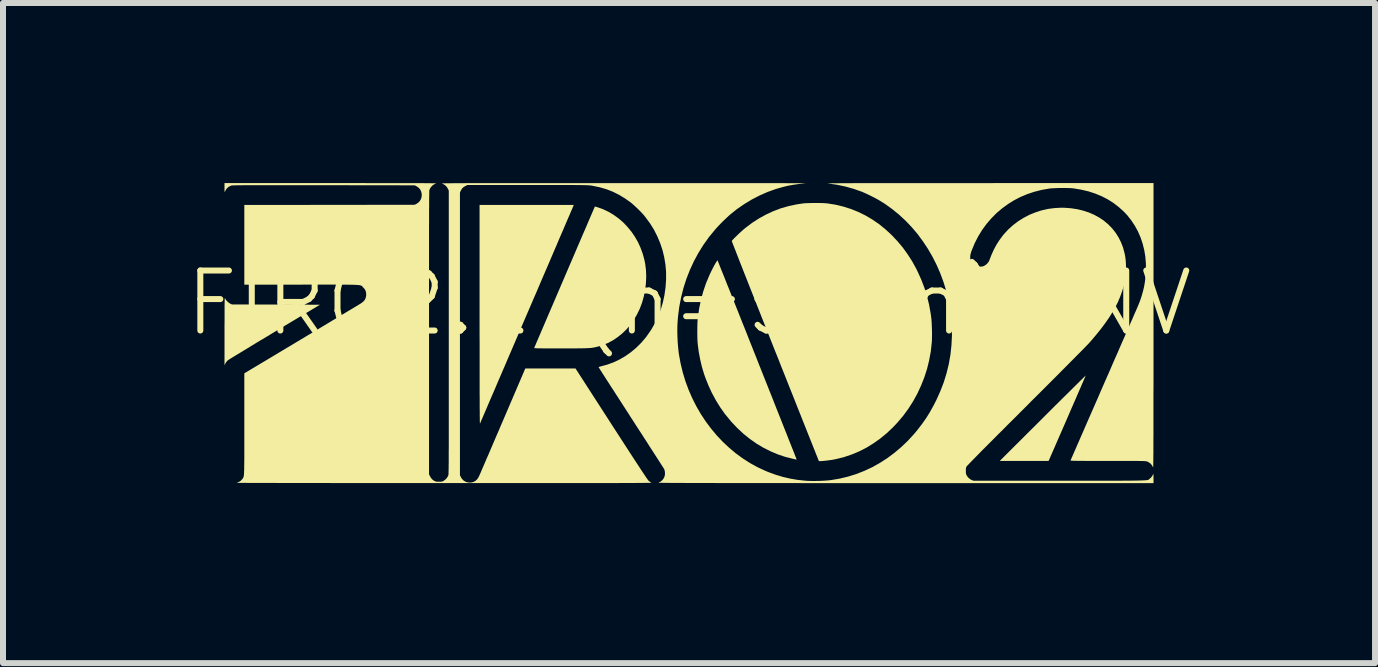
<source format=kicad_pcb>
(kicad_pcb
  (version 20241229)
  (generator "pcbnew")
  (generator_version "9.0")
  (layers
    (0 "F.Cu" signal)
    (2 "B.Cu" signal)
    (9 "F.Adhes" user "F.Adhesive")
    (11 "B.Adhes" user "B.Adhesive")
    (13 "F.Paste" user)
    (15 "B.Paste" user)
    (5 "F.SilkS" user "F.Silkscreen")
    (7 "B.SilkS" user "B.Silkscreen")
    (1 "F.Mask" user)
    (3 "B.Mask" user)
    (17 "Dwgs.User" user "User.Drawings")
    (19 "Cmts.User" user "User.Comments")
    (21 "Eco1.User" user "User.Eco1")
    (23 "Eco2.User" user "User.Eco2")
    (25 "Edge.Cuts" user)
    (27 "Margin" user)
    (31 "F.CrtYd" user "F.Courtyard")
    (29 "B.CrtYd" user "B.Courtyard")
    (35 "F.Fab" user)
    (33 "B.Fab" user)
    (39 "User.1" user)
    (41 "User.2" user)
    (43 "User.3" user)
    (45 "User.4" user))
  (footprint "FIRO2.1 (h=5mm) INV"
    (layer "F.Cu")
    (at 8.431 2.5)
    (property "Reference" "FIRO2.1 (h=5mm) INV" (at 0 -0.5 0) (unlocked yes) (layer "F.SilkS") (effects (font (size 1 1) (thickness 0.1))))
    (fp_poly (pts (xy 6.608 0.713) (xy 6.602 0.726) (xy 6.593 0.748) (xy 6.581 0.777) (xy 6.565 0.813) (xy 6.546 0.856) (xy 6.525 0.906) (xy 6.501 0.961) (xy 6.475 1.021) (xy 6.447 1.086) (xy 6.417 1.155) (xy 6.385 1.228) (xy 6.352 1.304) (xy 6.318 1.383) (xy 6.302 1.42) (xy 5.992 2.13) (xy 5.585 2.13) (xy 5.178 2.13) (xy 5.893 1.418) (xy 5.963 1.348) (xy 6.032 1.279) (xy 6.098 1.213) (xy 6.162 1.15) (xy 6.223 1.089) (xy 6.281 1.032) (xy 6.336 0.978) (xy 6.386 0.928) (xy 6.432 0.882) (xy 6.474 0.841) (xy 6.51 0.805) (xy 6.542 0.774) (xy 6.568 0.748) (xy 6.588 0.729) (xy 6.601 0.715) (xy 6.608 0.709) (xy 6.609 0.708)) (stroke (width 0) (type solid)) (fill yes) (layer "F.SilkS"))
    (fp_poly (pts (xy -7.732 -0.583) (xy -7.732 -0.581) (xy -7.72 -0.559) (xy -7.702 -0.536) (xy -7.68 -0.515) (xy -7.656 -0.497) (xy -7.646 -0.491) (xy -7.617 -0.477) (xy -6.884 -0.475) (xy -6.15 -0.472) (xy -6.909 -0.018) (xy -6.989 0.031) (xy -7.067 0.078) (xy -7.143 0.123) (xy -7.216 0.167) (xy -7.285 0.209) (xy -7.35 0.249) (xy -7.411 0.286) (xy -7.467 0.32) (xy -7.518 0.351) (xy -7.563 0.378) (xy -7.602 0.402) (xy -7.635 0.422) (xy -7.66 0.438) (xy -7.678 0.45) (xy -7.688 0.456) (xy -7.69 0.458) (xy -7.705 0.475) (xy -7.72 0.496) (xy -7.726 0.507) (xy -7.74 0.537) (xy -7.74 -0.033) (xy -7.74 -0.12) (xy -7.739 -0.199) (xy -7.739 -0.268) (xy -7.739 -0.329) (xy -7.739 -0.382) (xy -7.739 -0.428) (xy -7.739 -0.466) (xy -7.738 -0.498) (xy -7.738 -0.524) (xy -7.737 -0.545) (xy -7.737 -0.561) (xy -7.736 -0.572) (xy -7.735 -0.579) (xy -7.734 -0.583) (xy -7.734 -0.584)) (stroke (width 0) (type solid)) (fill yes) (layer "F.SilkS"))
    (fp_poly (pts (xy -1.925 -2.124) (xy -1.927 -2.119) (xy -1.933 -2.105) (xy -1.942 -2.082) (xy -1.955 -2.052) (xy -1.972 -2.014) (xy -1.991 -1.968) (xy -2.014 -1.916) (xy -2.039 -1.857) (xy -2.067 -1.792) (xy -2.097 -1.721) (xy -2.13 -1.645) (xy -2.165 -1.564) (xy -2.201 -1.478) (xy -2.24 -1.388) (xy -2.28 -1.294) (xy -2.322 -1.196) (xy -2.365 -1.096) (xy -2.41 -0.992) (xy -2.455 -0.887) (xy -2.501 -0.779) (xy -2.548 -0.669) (xy -2.596 -0.559) (xy -2.644 -0.447) (xy -2.692 -0.335) (xy -2.74 -0.224) (xy -2.788 -0.112) (xy -2.835 -0.001) (xy -2.882 0.109) (xy -2.929 0.218) (xy -2.975 0.325) (xy -3.02 0.429) (xy -3.063 0.531) (xy -3.106 0.63) (xy -3.147 0.726) (xy -3.187 0.818) (xy -3.224 0.906) (xy -3.26 0.99) (xy -3.294 1.068) (xy -3.326 1.142) (xy -3.355 1.21) (xy -3.381 1.272) (xy -3.405 1.327) (xy -3.426 1.376) (xy -3.444 1.418) (xy -3.459 1.452) (xy -3.47 1.479) (xy -3.478 1.497) (xy -3.482 1.506) (xy -3.483 1.508) (xy -3.483 1.508) (xy -3.484 1.505) (xy -3.484 1.499) (xy -3.485 1.489) (xy -3.485 1.476) (xy -3.486 1.459) (xy -3.486 1.437) (xy -3.486 1.411) (xy -3.487 1.38) (xy -3.487 1.344) (xy -3.487 1.303) (xy -3.488 1.256) (xy -3.488 1.203) (xy -3.488 1.144) (xy -3.488 1.079) (xy -3.489 1.007) (xy -3.489 0.928) (xy -3.489 0.841) (xy -3.489 0.747) (xy -3.489 0.645) (xy -3.489 0.536) (xy -3.489 0.417) (xy -3.489 0.29) (xy -3.489 0.155) (xy -3.49 0.01) (xy -3.49 -0.145) (xy -3.49 -0.306) (xy -3.49 -2.135) (xy -2.705 -2.135) (xy -1.92 -2.135)) (stroke (width 0) (type solid)) (fill yes) (layer "F.SilkS"))
    (fp_poly (pts (xy 0.477 -1.207) (xy 0.483 -1.193) (xy 0.492 -1.171) (xy 0.504 -1.14) (xy 0.519 -1.102) (xy 0.537 -1.057) (xy 0.558 -1.005) (xy 0.582 -0.946) (xy 0.607 -0.882) (xy 0.635 -0.811) (xy 0.666 -0.736) (xy 0.698 -0.655) (xy 0.732 -0.57) (xy 0.767 -0.481) (xy 0.804 -0.389) (xy 0.842 -0.293) (xy 0.881 -0.194) (xy 0.922 -0.093) (xy 0.963 0.01) (xy 1.004 0.115) (xy 1.047 0.222) (xy 1.089 0.329) (xy 1.132 0.436) (xy 1.174 0.544) (xy 1.217 0.651) (xy 1.259 0.757) (xy 1.301 0.862) (xy 1.342 0.966) (xy 1.383 1.068) (xy 1.422 1.167) (xy 1.46 1.264) (xy 1.497 1.357) (xy 1.533 1.447) (xy 1.567 1.533) (xy 1.599 1.614) (xy 1.63 1.691) (xy 1.658 1.763) (xy 1.684 1.829) (xy 1.708 1.889) (xy 1.729 1.942) (xy 1.748 1.989) (xy 1.763 2.029) (xy 1.776 2.061) (xy 1.785 2.085) (xy 1.791 2.1) (xy 1.794 2.107) (xy 1.794 2.108) (xy 1.789 2.107) (xy 1.776 2.105) (xy 1.757 2.101) (xy 1.74 2.097) (xy 1.61 2.065) (xy 1.484 2.023) (xy 1.361 1.971) (xy 1.241 1.911) (xy 1.125 1.842) (xy 1.014 1.764) (xy 0.906 1.677) (xy 0.804 1.582) (xy 0.706 1.479) (xy 0.614 1.367) (xy 0.593 1.341) (xy 0.518 1.234) (xy 0.447 1.119) (xy 0.382 0.999) (xy 0.324 0.873) (xy 0.273 0.745) (xy 0.25 0.68) (xy 0.215 0.563) (xy 0.186 0.44) (xy 0.162 0.312) (xy 0.147 0.199) (xy 0.143 0.159) (xy 0.14 0.111) (xy 0.139 0.058) (xy 0.138 0.001) (xy 0.138 -0.056) (xy 0.139 -0.113) (xy 0.14 -0.166) (xy 0.143 -0.214) (xy 0.147 -0.254) (xy 0.147 -0.254) (xy 0.168 -0.404) (xy 0.198 -0.549) (xy 0.236 -0.69) (xy 0.283 -0.829) (xy 0.34 -0.965) (xy 0.363 -1.014) (xy 0.379 -1.047) (xy 0.396 -1.08) (xy 0.412 -1.111) (xy 0.428 -1.14) (xy 0.443 -1.166) (xy 0.456 -1.187) (xy 0.466 -1.202) (xy 0.473 -1.211) (xy 0.475 -1.212)) (stroke (width 0) (type solid)) (fill yes) (layer "F.SilkS"))
    (fp_poly (pts (xy -1.563 -2.108) (xy -1.551 -2.104) (xy -1.533 -2.099) (xy -1.525 -2.097) (xy -1.43 -2.063) (xy -1.34 -2.02) (xy -1.253 -1.968) (xy -1.172 -1.909) (xy -1.095 -1.843) (xy -1.025 -1.769) (xy -0.96 -1.69) (xy -0.902 -1.605) (xy -0.85 -1.515) (xy -0.807 -1.42) (xy -0.771 -1.321) (xy -0.743 -1.218) (xy -0.73 -1.154) (xy -0.717 -1.049) (xy -0.713 -0.94) (xy -0.718 -0.83) (xy -0.731 -0.72) (xy -0.753 -0.611) (xy -0.783 -0.505) (xy -0.821 -0.405) (xy -0.867 -0.31) (xy -0.919 -0.221) (xy -0.977 -0.138) (xy -1.042 -0.062) (xy -1.112 0.006) (xy -1.188 0.067) (xy -1.268 0.121) (xy -1.353 0.166) (xy -1.442 0.202) (xy -1.518 0.225) (xy -1.537 0.23) (xy -1.555 0.234) (xy -1.572 0.238) (xy -1.59 0.241) (xy -1.608 0.244) (xy -1.628 0.247) (xy -1.65 0.249) (xy -1.675 0.25) (xy -1.704 0.252) (xy -1.737 0.253) (xy -1.775 0.254) (xy -1.819 0.254) (xy -1.87 0.255) (xy -1.928 0.255) (xy -1.994 0.255) (xy -2.068 0.255) (xy -2.136 0.255) (xy -2.213 0.255) (xy -2.28 0.255) (xy -2.339 0.255) (xy -2.39 0.255) (xy -2.433 0.255) (xy -2.469 0.254) (xy -2.498 0.254) (xy -2.522 0.254) (xy -2.541 0.253) (xy -2.555 0.252) (xy -2.565 0.252) (xy -2.572 0.251) (xy -2.576 0.25) (xy -2.578 0.248) (xy -2.579 0.247) (xy -2.579 0.246) (xy -2.577 0.241) (xy -2.571 0.227) (xy -2.561 0.205) (xy -2.549 0.175) (xy -2.533 0.138) (xy -2.514 0.094) (xy -2.492 0.043) (xy -2.468 -0.013) (xy -2.442 -0.074) (xy -2.413 -0.141) (xy -2.383 -0.212) (xy -2.351 -0.287) (xy -2.317 -0.366) (xy -2.282 -0.447) (xy -2.246 -0.531) (xy -2.209 -0.618) (xy -2.171 -0.706) (xy -2.133 -0.795) (xy -2.094 -0.885) (xy -2.056 -0.975) (xy -2.017 -1.065) (xy -1.979 -1.154) (xy -1.941 -1.242) (xy -1.904 -1.328) (xy -1.868 -1.413) (xy -1.833 -1.494) (xy -1.799 -1.573) (xy -1.767 -1.648) (xy -1.736 -1.719) (xy -1.707 -1.786) (xy -1.681 -1.848) (xy -1.657 -1.904) (xy -1.635 -1.955) (xy -1.616 -1.999) (xy -1.6 -2.036) (xy -1.587 -2.066) (xy -1.577 -2.089) (xy -1.571 -2.103) (xy -1.568 -2.108) (xy -1.568 -2.108)) (stroke (width 0) (type solid)) (fill yes) (layer "F.SilkS"))
    (fp_poly (pts (xy 2.141 -2.167) (xy 2.186 -2.167) (xy 2.228 -2.166) (xy 2.265 -2.164) (xy 2.294 -2.162) (xy 2.303 -2.161) (xy 2.437 -2.14) (xy 2.567 -2.109) (xy 2.694 -2.069) (xy 2.817 -2.02) (xy 2.936 -1.962) (xy 3.052 -1.894) (xy 3.163 -1.818) (xy 3.27 -1.732) (xy 3.372 -1.638) (xy 3.38 -1.63) (xy 3.475 -1.529) (xy 3.563 -1.424) (xy 3.643 -1.313) (xy 3.718 -1.196) (xy 3.787 -1.071) (xy 3.812 -1.019) (xy 3.872 -0.886) (xy 3.923 -0.752) (xy 3.965 -0.616) (xy 4 -0.475) (xy 4.026 -0.33) (xy 4.038 -0.245) (xy 4.041 -0.208) (xy 4.044 -0.164) (xy 4.046 -0.114) (xy 4.048 -0.062) (xy 4.049 -0.008) (xy 4.049 0.044) (xy 4.048 0.093) (xy 4.047 0.135) (xy 4.045 0.158) (xy 4.029 0.305) (xy 4.002 0.451) (xy 3.967 0.595) (xy 3.922 0.735) (xy 3.868 0.872) (xy 3.806 1.006) (xy 3.736 1.134) (xy 3.657 1.258) (xy 3.57 1.377) (xy 3.475 1.489) (xy 3.395 1.574) (xy 3.291 1.672) (xy 3.183 1.76) (xy 3.071 1.839) (xy 2.956 1.91) (xy 2.836 1.971) (xy 2.714 2.022) (xy 2.588 2.065) (xy 2.458 2.098) (xy 2.428 2.104) (xy 2.398 2.11) (xy 2.366 2.115) (xy 2.331 2.12) (xy 2.297 2.124) (xy 2.263 2.128) (xy 2.232 2.131) (xy 2.205 2.133) (xy 2.184 2.134) (xy 2.169 2.133) (xy 2.164 2.132) (xy 2.162 2.127) (xy 2.156 2.113) (xy 2.147 2.09) (xy 2.135 2.059) (xy 2.119 2.021) (xy 2.101 1.974) (xy 2.079 1.92) (xy 2.055 1.859) (xy 2.028 1.791) (xy 1.998 1.716) (xy 1.966 1.636) (xy 1.932 1.55) (xy 1.895 1.458) (xy 1.857 1.361) (xy 1.816 1.259) (xy 1.774 1.152) (xy 1.73 1.041) (xy 1.684 0.927) (xy 1.637 0.808) (xy 1.589 0.687) (xy 1.539 0.562) (xy 1.489 0.434) (xy 1.437 0.305) (xy 1.435 0.301) (xy 1.377 0.154) (xy 1.321 0.012) (xy 1.267 -0.125) (xy 1.214 -0.257) (xy 1.164 -0.384) (xy 1.116 -0.506) (xy 1.07 -0.622) (xy 1.026 -0.732) (xy 0.985 -0.837) (xy 0.946 -0.935) (xy 0.91 -1.026) (xy 0.877 -1.111) (xy 0.846 -1.189) (xy 0.819 -1.259) (xy 0.794 -1.322) (xy 0.773 -1.378) (xy 0.754 -1.425) (xy 0.739 -1.464) (xy 0.727 -1.495) (xy 0.719 -1.517) (xy 0.714 -1.531) (xy 0.713 -1.535) (xy 0.717 -1.542) (xy 0.729 -1.555) (xy 0.745 -1.572) (xy 0.766 -1.593) (xy 0.79 -1.617) (xy 0.816 -1.642) (xy 0.843 -1.667) (xy 0.87 -1.692) (xy 0.896 -1.715) (xy 0.919 -1.735) (xy 0.94 -1.752) (xy 0.94 -1.753) (xy 1.052 -1.837) (xy 1.167 -1.911) (xy 1.285 -1.976) (xy 1.406 -2.032) (xy 1.531 -2.079) (xy 1.66 -2.116) (xy 1.792 -2.144) (xy 1.903 -2.161) (xy 1.928 -2.163) (xy 1.963 -2.165) (xy 2.003 -2.166) (xy 2.047 -2.167) (xy 2.094 -2.167)) (stroke (width 0) (type solid)) (fill yes) (layer "F.SilkS"))
    (fp_poly (pts (xy 7.74 -0.121) (xy 7.74 0.066) (xy 7.74 0.243) (xy 7.74 0.411) (xy 7.74 0.57) (xy 7.74 0.719) (xy 7.74 0.86) (xy 7.739 0.992) (xy 7.739 1.116) (xy 7.739 1.232) (xy 7.739 1.34) (xy 7.739 1.44) (xy 7.739 1.534) (xy 7.739 1.62) (xy 7.739 1.699) (xy 7.738 1.772) (xy 7.738 1.838) (xy 7.738 1.898) (xy 7.738 1.953) (xy 7.738 2.002) (xy 7.737 2.045) (xy 7.737 2.083) (xy 7.737 2.117) (xy 7.736 2.146) (xy 7.736 2.17) (xy 7.736 2.19) (xy 7.735 2.207) (xy 7.735 2.22) (xy 7.734 2.229) (xy 7.734 2.235) (xy 7.734 2.238) (xy 7.733 2.239) (xy 7.733 2.239) (xy 7.715 2.204) (xy 7.69 2.174) (xy 7.657 2.151) (xy 7.631 2.139) (xy 7.627 2.138) (xy 7.622 2.137) (xy 7.615 2.136) (xy 7.606 2.135) (xy 7.595 2.134) (xy 7.58 2.133) (xy 7.562 2.133) (xy 7.539 2.132) (xy 7.512 2.132) (xy 7.479 2.131) (xy 7.44 2.131) (xy 7.395 2.131) (xy 7.343 2.131) (xy 7.284 2.13) (xy 7.216 2.13) (xy 7.14 2.13) (xy 7.055 2.13) (xy 6.981 2.13) (xy 6.885 2.13) (xy 6.8 2.13) (xy 6.723 2.13) (xy 6.655 2.13) (xy 6.596 2.13) (xy 6.544 2.129) (xy 6.499 2.129) (xy 6.462 2.129) (xy 6.431 2.128) (xy 6.406 2.128) (xy 6.386 2.127) (xy 6.372 2.126) (xy 6.363 2.126) (xy 6.358 2.125) (xy 6.357 2.124) (xy 6.36 2.117) (xy 6.366 2.101) (xy 6.377 2.077) (xy 6.391 2.045) (xy 6.408 2.006) (xy 6.428 1.96) (xy 6.451 1.908) (xy 6.476 1.849) (xy 6.504 1.786) (xy 6.534 1.717) (xy 6.566 1.644) (xy 6.6 1.566) (xy 6.635 1.485) (xy 6.672 1.401) (xy 6.71 1.314) (xy 6.749 1.225) (xy 6.789 1.134) (xy 6.829 1.042) (xy 6.869 0.949) (xy 6.91 0.855) (xy 6.951 0.762) (xy 6.992 0.669) (xy 7.032 0.577) (xy 7.071 0.486) (xy 7.11 0.398) (xy 7.148 0.312) (xy 7.184 0.228) (xy 7.219 0.148) (xy 7.253 0.072) (xy 7.284 -0.000241) (xy 7.314 -0.068) (xy 7.341 -0.13) (xy 7.366 -0.187) (xy 7.388 -0.237) (xy 7.407 -0.281) (xy 7.423 -0.319) (xy 7.436 -0.348) (xy 7.446 -0.37) (xy 7.452 -0.383) (xy 7.453 -0.387) (xy 7.478 -0.445) (xy 7.5 -0.498) (xy 7.519 -0.548) (xy 7.536 -0.598) (xy 7.552 -0.652) (xy 7.567 -0.705) (xy 7.583 -0.774) (xy 7.596 -0.85) (xy 7.606 -0.931) (xy 7.612 -1.015) (xy 7.613 -1.038) (xy 7.613 -1.155) (xy 7.604 -1.269) (xy 7.586 -1.381) (xy 7.559 -1.49) (xy 7.524 -1.594) (xy 7.48 -1.695) (xy 7.428 -1.79) (xy 7.368 -1.88) (xy 7.301 -1.965) (xy 7.247 -2.022) (xy 7.163 -2.098) (xy 7.074 -2.167) (xy 6.979 -2.227) (xy 6.877 -2.28) (xy 6.77 -2.324) (xy 6.657 -2.361) (xy 6.538 -2.389) (xy 6.412 -2.41) (xy 6.405 -2.411) (xy 6.376 -2.414) (xy 6.339 -2.416) (xy 6.296 -2.417) (xy 6.25 -2.418) (xy 6.201 -2.417) (xy 6.153 -2.417) (xy 6.107 -2.415) (xy 6.065 -2.413) (xy 6.029 -2.411) (xy 6.005 -2.408) (xy 5.877 -2.386) (xy 5.755 -2.355) (xy 5.638 -2.316) (xy 5.526 -2.269) (xy 5.417 -2.213) (xy 5.322 -2.154) (xy 5.22 -2.08) (xy 5.125 -2) (xy 5.038 -1.912) (xy 4.957 -1.818) (xy 4.884 -1.718) (xy 4.819 -1.612) (xy 4.762 -1.501) (xy 4.714 -1.386) (xy 4.703 -1.356) (xy 4.69 -1.311) (xy 4.685 -1.271) (xy 4.687 -1.235) (xy 4.698 -1.203) (xy 4.716 -1.171) (xy 4.719 -1.168) (xy 4.744 -1.142) (xy 4.77 -1.125) (xy 4.786 -1.117) (xy 4.8 -1.111) (xy 4.813 -1.109) (xy 4.83 -1.108) (xy 4.848 -1.107) (xy 4.871 -1.108) (xy 4.888 -1.11) (xy 4.902 -1.113) (xy 4.917 -1.12) (xy 4.921 -1.122) (xy 4.948 -1.139) (xy 4.972 -1.162) (xy 4.992 -1.187) (xy 5.003 -1.209) (xy 5.04 -1.304) (xy 5.079 -1.39) (xy 5.121 -1.469) (xy 5.168 -1.543) (xy 5.219 -1.613) (xy 5.247 -1.648) (xy 5.32 -1.727) (xy 5.4 -1.799) (xy 5.486 -1.864) (xy 5.577 -1.921) (xy 5.673 -1.971) (xy 5.774 -2.012) (xy 5.877 -2.045) (xy 5.984 -2.069) (xy 6.092 -2.083) (xy 6.202 -2.089) (xy 6.255 -2.088) (xy 6.364 -2.08) (xy 6.469 -2.064) (xy 6.569 -2.04) (xy 6.664 -2.009) (xy 6.753 -1.97) (xy 6.837 -1.924) (xy 6.914 -1.872) (xy 6.985 -1.812) (xy 7.049 -1.747) (xy 7.106 -1.675) (xy 7.156 -1.597) (xy 7.198 -1.514) (xy 7.232 -1.426) (xy 7.257 -1.332) (xy 7.26 -1.32) (xy 7.269 -1.272) (xy 7.275 -1.226) (xy 7.279 -1.18) (xy 7.281 -1.13) (xy 7.282 -1.085) (xy 7.279 -1) (xy 7.271 -0.919) (xy 7.257 -0.839) (xy 7.237 -0.758) (xy 7.215 -0.69) (xy 7.184 -0.605) (xy 7.148 -0.52) (xy 7.105 -0.434) (xy 7.056 -0.348) (xy 7.001 -0.259) (xy 6.938 -0.169) (xy 6.869 -0.076) (xy 6.791 0.021) (xy 6.706 0.122) (xy 6.659 0.174) (xy 6.65 0.184) (xy 6.633 0.201) (xy 6.61 0.225) (xy 6.582 0.254) (xy 6.547 0.29) (xy 6.507 0.33) (xy 6.461 0.376) (xy 6.411 0.427) (xy 6.356 0.482) (xy 6.297 0.542) (xy 6.234 0.605) (xy 6.167 0.673) (xy 6.097 0.743) (xy 6.024 0.816) (xy 5.948 0.892) (xy 5.87 0.97) (xy 5.789 1.051) (xy 5.707 1.132) (xy 5.624 1.216) (xy 5.612 1.228) (xy 5.505 1.335) (xy 5.404 1.436) (xy 5.31 1.529) (xy 5.223 1.617) (xy 5.142 1.697) (xy 5.068 1.772) (xy 5 1.84) (xy 4.938 1.902) (xy 4.882 1.958) (xy 4.832 2.009) (xy 4.788 2.054) (xy 4.75 2.093) (xy 4.716 2.127) (xy 4.689 2.155) (xy 4.666 2.179) (xy 4.648 2.198) (xy 4.635 2.211) (xy 4.627 2.22) (xy 4.624 2.225) (xy 4.618 2.238) (xy 4.615 2.251) (xy 4.613 2.268) (xy 4.613 2.292) (xy 4.613 2.295) (xy 4.613 2.319) (xy 4.614 2.337) (xy 4.618 2.351) (xy 4.623 2.365) (xy 4.625 2.368) (xy 4.643 2.396) (xy 4.667 2.421) (xy 4.695 2.441) (xy 4.713 2.45) (xy 4.74 2.46) (xy 6.172 2.46) (xy 6.315 2.46) (xy 6.449 2.46) (xy 6.573 2.46) (xy 6.689 2.46) (xy 6.796 2.46) (xy 6.894 2.46) (xy 6.985 2.46) (xy 7.068 2.46) (xy 7.144 2.46) (xy 7.213 2.46) (xy 7.275 2.459) (xy 7.331 2.459) (xy 7.382 2.459) (xy 7.426 2.458) (xy 7.466 2.458) (xy 7.501 2.457) (xy 7.531 2.456) (xy 7.557 2.455) (xy 7.579 2.454) (xy 7.598 2.453) (xy 7.613 2.452) (xy 7.626 2.451) (xy 7.636 2.449) (xy 7.645 2.448) (xy 7.651 2.446) (xy 7.656 2.444) (xy 7.66 2.442) (xy 7.663 2.44) (xy 7.666 2.437) (xy 7.669 2.434) (xy 7.672 2.431) (xy 7.676 2.428) (xy 7.695 2.411) (xy 7.713 2.389) (xy 7.727 2.366) (xy 7.735 2.348) (xy 7.736 2.345) (xy 7.738 2.351) (xy 7.739 2.365) (xy 7.739 2.389) (xy 7.74 2.416) (xy 7.74 2.5) (xy 3.606 2.5) (xy 3.356 2.5) (xy 3.116 2.5) (xy 2.885 2.5) (xy 2.664 2.5) (xy 2.452 2.5) (xy 2.249 2.5) (xy 2.055 2.5) (xy 1.87 2.5) (xy 1.693 2.499) (xy 1.525 2.499) (xy 1.365 2.499) (xy 1.213 2.499) (xy 1.069 2.499) (xy 0.932 2.499) (xy 0.803 2.499) (xy 0.682 2.499) (xy 0.567 2.499) (xy 0.46 2.499) (xy 0.359 2.498) (xy 0.265 2.498) (xy 0.177 2.498) (xy 0.095 2.498) (xy 0.02 2.498) (xy -0.05 2.498) (xy -0.114 2.497) (xy -0.172 2.497) (xy -0.225 2.497) (xy -0.273 2.497) (xy -0.316 2.497) (xy -0.354 2.496) (xy -0.387 2.496) (xy -0.416 2.496) (xy -0.441 2.495) (xy -0.461 2.495) (xy -0.478 2.495) (xy -0.491 2.495) (xy -0.501 2.494) (xy -0.507 2.494) (xy -0.509 2.493) (xy -0.509 2.493) (xy -0.473 2.475) (xy -0.443 2.449) (xy -0.42 2.417) (xy -0.41 2.395) (xy -0.403 2.368) (xy -0.4 2.337) (xy -0.403 2.306) (xy -0.409 2.279) (xy -0.414 2.267) (xy -0.417 2.261) (xy -0.426 2.247) (xy -0.44 2.225) (xy -0.458 2.197) (xy -0.481 2.161) (xy -0.508 2.119) (xy -0.539 2.071) (xy -0.573 2.018) (xy -0.611 1.959) (xy -0.652 1.896) (xy -0.695 1.828) (xy -0.741 1.757) (xy -0.789 1.682) (xy -0.84 1.604) (xy -0.892 1.524) (xy -0.945 1.441) (xy -0.965 1.411) (xy -1.018 1.327) (xy -1.071 1.246) (xy -1.121 1.168) (xy -1.17 1.092) (xy -1.216 1.021) (xy -1.26 0.952) (xy -1.302 0.888) (xy -1.34 0.829) (xy -1.375 0.775) (xy -1.406 0.726) (xy -1.434 0.683) (xy -1.457 0.646) (xy -1.477 0.616) (xy -1.491 0.593) (xy -1.501 0.577) (xy -1.506 0.57) (xy -1.506 0.569) (xy -1.502 0.565) (xy -1.491 0.561) (xy -1.474 0.556) (xy -1.47 0.555) (xy -1.361 0.525) (xy -1.256 0.487) (xy -1.155 0.439) (xy -1.058 0.382) (xy -0.966 0.317) (xy -0.879 0.244) (xy -0.797 0.163) (xy -0.722 0.075) (xy -0.704 0.051) (xy -0.633 -0.051) (xy -0.571 -0.159) (xy -0.517 -0.271) (xy -0.472 -0.388) (xy -0.436 -0.509) (xy -0.409 -0.634) (xy -0.391 -0.763) (xy -0.382 -0.894) (xy -0.382 -1.019) (xy -0.393 -1.142) (xy -0.413 -1.264) (xy -0.442 -1.384) (xy -0.481 -1.5) (xy -0.529 -1.614) (xy -0.585 -1.724) (xy -0.651 -1.83) (xy -0.725 -1.93) (xy -0.755 -1.968) (xy -0.779 -1.994) (xy -0.808 -2.025) (xy -0.841 -2.058) (xy -0.875 -2.091) (xy -0.909 -2.122) (xy -0.94 -2.15) (xy -0.967 -2.173) (xy -0.97 -2.175) (xy -1.067 -2.244) (xy -1.166 -2.304) (xy -1.268 -2.355) (xy -1.373 -2.396) (xy -1.482 -2.428) (xy -1.595 -2.452) (xy -1.635 -2.459) (xy -1.643 -2.46) (xy -1.651 -2.461) (xy -1.661 -2.461) (xy -1.672 -2.462) (xy -1.684 -2.463) (xy -1.699 -2.464) (xy -1.717 -2.464) (xy -1.738 -2.465) (xy -1.763 -2.465) (xy -1.792 -2.466) (xy -1.825 -2.466) (xy -1.863 -2.466) (xy -1.906 -2.467) (xy -1.956 -2.467) (xy -2.011 -2.467) (xy -2.073 -2.467) (xy -2.142 -2.467) (xy -2.219 -2.467) (xy -2.304 -2.467) (xy -2.397 -2.467) (xy -2.499 -2.467) (xy -2.61 -2.467) (xy -2.695 -2.467) (xy -3.693 -2.467) (xy -3.726 -2.451) (xy -3.757 -2.432) (xy -3.781 -2.409) (xy -3.801 -2.378) (xy -3.804 -2.37) (xy -3.817 -2.342) (xy -3.817 0.013) (xy -3.817 2.368) (xy -3.804 2.396) (xy -3.783 2.43) (xy -3.755 2.458) (xy -3.722 2.478) (xy -3.685 2.489) (xy -3.646 2.492) (xy -3.627 2.49) (xy -3.592 2.481) (xy -3.562 2.465) (xy -3.536 2.443) (xy -3.513 2.412) (xy -3.494 2.375) (xy -3.49 2.365) (xy -3.482 2.347) (xy -3.47 2.321) (xy -3.456 2.287) (xy -3.438 2.245) (xy -3.417 2.197) (xy -3.394 2.143) (xy -3.368 2.082) (xy -3.339 2.017) (xy -3.309 1.946) (xy -3.277 1.871) (xy -3.243 1.792) (xy -3.208 1.71) (xy -3.171 1.625) (xy -3.134 1.537) (xy -3.1 1.459) (xy -2.728 0.59) (xy -2.309 0.59) (xy -1.891 0.59) (xy -1.295 1.514) (xy -1.216 1.636) (xy -1.143 1.749) (xy -1.075 1.854) (xy -1.012 1.951) (xy -0.955 2.039) (xy -0.903 2.119) (xy -0.856 2.19) (xy -0.815 2.253) (xy -0.779 2.308) (xy -0.748 2.354) (xy -0.723 2.392) (xy -0.703 2.421) (xy -0.688 2.442) (xy -0.679 2.455) (xy -0.676 2.459) (xy -0.659 2.472) (xy -0.639 2.485) (xy -0.628 2.49) (xy -0.627 2.49) (xy -0.625 2.491) (xy -0.625 2.491) (xy -0.625 2.492) (xy -0.625 2.492) (xy -0.628 2.493) (xy -0.631 2.493) (xy -0.636 2.494) (xy -0.643 2.494) (xy -0.652 2.495) (xy -0.664 2.495) (xy -0.677 2.496) (xy -0.694 2.496) (xy -0.713 2.496) (xy -0.736 2.496) (xy -0.762 2.497) (xy -0.791 2.497) (xy -0.825 2.497) (xy -0.862 2.497) (xy -0.903 2.498) (xy -0.949 2.498) (xy -1 2.498) (xy -1.056 2.498) (xy -1.116 2.498) (xy -1.182 2.499) (xy -1.254 2.499) (xy -1.331 2.499) (xy -1.414 2.499) (xy -1.503 2.499) (xy -1.599 2.499) (xy -1.701 2.499) (xy -1.81 2.499) (xy -1.927 2.499) (xy -2.05 2.499) (xy -2.181 2.499) (xy -2.32 2.499) (xy -2.467 2.499) (xy -2.621 2.499) (xy -2.784 2.499) (xy -2.956 2.499) (xy -3.137 2.499) (xy -3.326 2.499) (xy -3.525 2.499) (xy -3.733 2.499) (xy -3.951 2.499) (xy -4.077 2.499) (xy -4.263 2.499) (xy -4.447 2.499) (xy -4.627 2.499) (xy -4.805 2.499) (xy -4.979 2.499) (xy -5.15 2.499) (xy -5.317 2.499) (xy -5.48 2.499) (xy -5.639 2.499) (xy -5.793 2.499) (xy -5.943 2.499) (xy -6.087 2.498) (xy -6.226 2.498) (xy -6.36 2.498) (xy -6.487 2.498) (xy -6.609 2.498) (xy -6.724 2.498) (xy -6.833 2.498) (xy -6.935 2.497) (xy -7.03 2.497) (xy -7.118 2.497) (xy -7.198 2.497) (xy -7.27 2.497) (xy -7.334 2.497) (xy -7.39 2.496) (xy -7.438 2.496) (xy -7.476 2.496) (xy -7.505 2.496) (xy -7.525 2.496) (xy -7.536 2.495) (xy -7.537 2.495) (xy -7.5 2.481) (xy -7.467 2.459) (xy -7.441 2.43) (xy -7.437 2.424) (xy -7.433 2.419) (xy -7.43 2.414) (xy -7.428 2.409) (xy -7.425 2.404) (xy -7.423 2.398) (xy -7.421 2.39) (xy -7.419 2.381) (xy -7.417 2.369) (xy -7.416 2.354) (xy -7.415 2.336) (xy -7.414 2.315) (xy -7.413 2.289) (xy -7.412 2.259) (xy -7.412 2.224) (xy -7.411 2.183) (xy -7.411 2.137) (xy -7.41 2.084) (xy -7.41 2.024) (xy -7.41 1.956) (xy -7.41 1.881) (xy -7.41 1.798) (xy -7.41 1.706) (xy -7.41 1.605) (xy -7.41 1.51) (xy -7.41 0.671) (xy -6.456 0.1) (xy -6.366 0.046) (xy -6.277 -0.007) (xy -6.191 -0.059) (xy -6.108 -0.109) (xy -6.028 -0.157) (xy -5.952 -0.203) (xy -5.88 -0.246) (xy -5.812 -0.287) (xy -5.748 -0.325) (xy -5.691 -0.36) (xy -5.638 -0.391) (xy -5.592 -0.419) (xy -5.552 -0.443) (xy -5.519 -0.463) (xy -5.494 -0.478) (xy -5.476 -0.489) (xy -5.466 -0.495) (xy -5.465 -0.496) (xy -5.43 -0.522) (xy -5.404 -0.551) (xy -5.388 -0.584) (xy -5.38 -0.621) (xy -5.379 -0.64) (xy -5.381 -0.676) (xy -5.39 -0.707) (xy -5.407 -0.736) (xy -5.427 -0.758) (xy -5.433 -0.764) (xy -5.437 -0.769) (xy -5.441 -0.774) (xy -5.445 -0.779) (xy -5.449 -0.783) (xy -5.454 -0.786) (xy -5.46 -0.79) (xy -5.468 -0.793) (xy -5.478 -0.795) (xy -5.49 -0.798) (xy -5.505 -0.8) (xy -5.523 -0.801) (xy -5.545 -0.803) (xy -5.571 -0.804) (xy -5.602 -0.805) (xy -5.638 -0.806) (xy -5.679 -0.806) (xy -5.726 -0.807) (xy -5.779 -0.807) (xy -5.839 -0.807) (xy -5.906 -0.808) (xy -5.98 -0.808) (xy -6.062 -0.808) (xy -6.153 -0.808) (xy -6.253 -0.808) (xy -6.362 -0.808) (xy -6.461 -0.807) (xy -7.41 -0.807) (xy -7.41 -1.471) (xy -7.41 -2.135) (xy -5.991 -2.136) (xy -4.572 -2.138) (xy -4.543 -2.152) (xy -4.511 -2.174) (xy -4.485 -2.201) (xy -4.467 -2.232) (xy -4.457 -2.266) (xy -4.453 -2.301) (xy -4.457 -2.336) (xy -4.467 -2.369) (xy -4.485 -2.4) (xy -4.511 -2.427) (xy -4.543 -2.448) (xy -4.544 -2.449) (xy -4.572 -2.462) (xy -6.091 -2.464) (xy -6.237 -2.464) (xy -6.373 -2.464) (xy -6.5 -2.464) (xy -6.618 -2.464) (xy -6.728 -2.464) (xy -6.829 -2.464) (xy -6.922 -2.464) (xy -7.007 -2.464) (xy -7.085 -2.464) (xy -7.156 -2.464) (xy -7.221 -2.464) (xy -7.279 -2.464) (xy -7.332 -2.464) (xy -7.378 -2.464) (xy -7.42 -2.464) (xy -7.456 -2.463) (xy -7.488 -2.463) (xy -7.515 -2.463) (xy -7.539 -2.462) (xy -7.559 -2.462) (xy -7.576 -2.462) (xy -7.59 -2.461) (xy -7.601 -2.461) (xy -7.61 -2.46) (xy -7.617 -2.459) (xy -7.623 -2.459) (xy -7.627 -2.458) (xy -7.631 -2.457) (xy -7.634 -2.456) (xy -7.636 -2.455) (xy -7.636 -2.455) (xy -7.671 -2.437) (xy -7.701 -2.411) (xy -7.723 -2.378) (xy -7.733 -2.356) (xy -7.735 -2.35) (xy -7.737 -2.349) (xy -7.738 -2.353) (xy -7.739 -2.364) (xy -7.74 -2.382) (xy -7.74 -2.409) (xy -7.74 -2.419) (xy -7.74 -2.5) (xy -5.966 -2.5) (xy -5.806 -2.5) (xy -5.656 -2.5) (xy -5.516 -2.5) (xy -5.384 -2.499) (xy -5.261 -2.499) (xy -5.147 -2.499) (xy -5.041 -2.499) (xy -4.943 -2.499) (xy -4.853 -2.499) (xy -4.77 -2.499) (xy -4.695 -2.499) (xy -4.626 -2.499) (xy -4.563 -2.498) (xy -4.507 -2.498) (xy -4.457 -2.498) (xy -4.413 -2.498) (xy -4.373 -2.497) (xy -4.339 -2.497) (xy -4.31 -2.497) (xy -4.286 -2.496) (xy -4.265 -2.496) (xy -4.248 -2.496) (xy -4.236 -2.495) (xy -4.226 -2.495) (xy -4.219 -2.494) (xy -4.216 -2.493) (xy -4.214 -2.493) (xy -4.215 -2.492) (xy -4.216 -2.492) (xy -4.25 -2.477) (xy -4.281 -2.454) (xy -4.306 -2.425) (xy -4.323 -2.392) (xy -4.326 -2.383) (xy -4.327 -2.38) (xy -4.327 -2.373) (xy -4.328 -2.362) (xy -4.328 -2.348) (xy -4.328 -2.329) (xy -4.329 -2.306) (xy -4.329 -2.278) (xy -4.33 -2.245) (xy -4.33 -2.208) (xy -4.33 -2.164) (xy -4.33 -2.116) (xy -4.331 -2.061) (xy -4.331 -2) (xy -4.331 -1.933) (xy -4.331 -1.86) (xy -4.332 -1.78) (xy -4.332 -1.693) (xy -4.332 -1.598) (xy -4.332 -1.497) (xy -4.332 -1.387) (xy -4.332 -1.27) (xy -4.332 -1.145) (xy -4.332 -1.011) (xy -4.332 -0.868) (xy -4.332 -0.717) (xy -4.332 -0.557) (xy -4.332 -0.387) (xy -4.332 -0.208) (xy -4.332 -0.019) (xy -4.332 -0.005) (xy -4.332 2.353) (xy -4.318 2.382) (xy -4.296 2.419) (xy -4.268 2.448) (xy -4.242 2.464) (xy -4.23 2.47) (xy -4.218 2.474) (xy -4.204 2.477) (xy -4.185 2.477) (xy -4.168 2.477) (xy -4.143 2.477) (xy -4.126 2.476) (xy -4.113 2.473) (xy -4.101 2.469) (xy -4.092 2.464) (xy -4.066 2.446) (xy -4.042 2.423) (xy -4.023 2.396) (xy -4.012 2.374) (xy -4.011 2.371) (xy -4.01 2.368) (xy -4.01 2.365) (xy -4.009 2.36) (xy -4.008 2.354) (xy -4.008 2.346) (xy -4.007 2.336) (xy -4.007 2.324) (xy -4.007 2.31) (xy -4.006 2.293) (xy -4.006 2.273) (xy -4.005 2.249) (xy -4.005 2.223) (xy -4.005 2.192) (xy -4.004 2.157) (xy -4.004 2.118) (xy -4.004 2.075) (xy -4.004 2.026) (xy -4.004 1.972) (xy -4.003 1.913) (xy -4.003 1.849) (xy -4.003 1.778) (xy -4.003 1.701) (xy -4.003 1.618) (xy -4.003 1.528) (xy -4.003 1.431) (xy -4.003 1.326) (xy -4.003 1.215) (xy -4.003 1.095) (xy -4.003 0.967) (xy -4.003 0.831) (xy -4.003 0.686) (xy -4.003 0.533) (xy -4.003 0.37) (xy -4.003 0.198) (xy -4.003 0.016) (xy -4.003 -0.013) (xy -4.003 -2.373) (xy -4.015 -2.4) (xy -4.036 -2.435) (xy -4.063 -2.463) (xy -4.096 -2.483) (xy -4.121 -2.493) (xy -4.122 -2.493) (xy -4.119 -2.494) (xy -4.113 -2.494) (xy -4.104 -2.494) (xy -4.091 -2.495) (xy -4.075 -2.495) (xy -4.055 -2.496) (xy -4.031 -2.496) (xy -4.002 -2.496) (xy -3.969 -2.496) (xy -3.931 -2.497) (xy -3.888 -2.497) (xy -3.839 -2.497) (xy -3.786 -2.497) (xy -3.727 -2.498) (xy -3.661 -2.498) (xy -3.59 -2.498) (xy -3.513 -2.498) (xy -3.429 -2.498) (xy -3.339 -2.498) (xy -3.242 -2.498) (xy -3.137 -2.499) (xy -3.025 -2.499) (xy -2.906 -2.499) (xy -2.779 -2.499) (xy -2.644 -2.499) (xy -2.501 -2.499) (xy -2.35 -2.499) (xy -2.19 -2.499) (xy -2.021 -2.499) (xy -1.843 -2.499) (xy -1.656 -2.499) (xy -1.46 -2.499) (xy -1.254 -2.499) (xy -1.09 -2.499) (xy -0.916 -2.499) (xy -0.744 -2.499) (xy -0.575 -2.499) (xy -0.41 -2.499) (xy -0.247 -2.499) (xy -0.089 -2.499) (xy 0.066 -2.499) (xy 0.217 -2.499) (xy 0.363 -2.498) (xy 0.505 -2.498) (xy 0.641 -2.498) (xy 0.773 -2.498) (xy 0.898 -2.498) (xy 1.019 -2.498) (xy 1.133 -2.498) (xy 1.24 -2.498) (xy 1.341 -2.498) (xy 1.436 -2.498) (xy 1.523 -2.498) (xy 1.603 -2.498) (xy 1.675 -2.497) (xy 1.739 -2.497) (xy 1.795 -2.497) (xy 1.843 -2.497) (xy 1.882 -2.497) (xy 1.911 -2.497) (xy 1.932 -2.497) (xy 1.943 -2.497) (xy 1.945 -2.497) (xy 1.838 -2.485) (xy 1.74 -2.471) (xy 1.65 -2.455) (xy 1.587 -2.44) (xy 1.448 -2.401) (xy 1.311 -2.352) (xy 1.177 -2.293) (xy 1.047 -2.226) (xy 0.92 -2.149) (xy 0.798 -2.065) (xy 0.693 -1.981) (xy 0.662 -1.954) (xy 0.628 -1.922) (xy 0.59 -1.886) (xy 0.551 -1.848) (xy 0.513 -1.809) (xy 0.477 -1.772) (xy 0.446 -1.737) (xy 0.433 -1.722) (xy 0.332 -1.599) (xy 0.24 -1.47) (xy 0.156 -1.335) (xy 0.081 -1.196) (xy 0.015 -1.053) (xy -0.043 -0.905) (xy -0.092 -0.753) (xy -0.131 -0.598) (xy -0.162 -0.44) (xy -0.183 -0.278) (xy -0.19 -0.193) (xy -0.194 -0.115) (xy -0.195 -0.031) (xy -0.193 0.057) (xy -0.189 0.147) (xy -0.182 0.234) (xy -0.173 0.317) (xy -0.168 0.355) (xy -0.14 0.507) (xy -0.104 0.656) (xy -0.06 0.802) (xy -0.007 0.945) (xy 0.053 1.083) (xy 0.121 1.218) (xy 0.196 1.348) (xy 0.278 1.472) (xy 0.367 1.591) (xy 0.461 1.704) (xy 0.562 1.811) (xy 0.669 1.911) (xy 0.781 2.005) (xy 0.898 2.09) (xy 1.02 2.168) (xy 1.146 2.237) (xy 1.276 2.297) (xy 1.324 2.317) (xy 1.445 2.361) (xy 1.565 2.397) (xy 1.685 2.425) (xy 1.809 2.446) (xy 1.938 2.46) (xy 1.939 2.46) (xy 1.979 2.463) (xy 2.026 2.464) (xy 2.078 2.465) (xy 2.134 2.464) (xy 2.19 2.463) (xy 2.244 2.46) (xy 2.294 2.457) (xy 2.338 2.453) (xy 2.363 2.45) (xy 2.507 2.426) (xy 2.649 2.392) (xy 2.787 2.349) (xy 2.922 2.296) (xy 3.053 2.235) (xy 3.18 2.164) (xy 3.303 2.085) (xy 3.422 1.996) (xy 3.536 1.9) (xy 3.646 1.795) (xy 3.75 1.682) (xy 3.808 1.612) (xy 3.881 1.517) (xy 3.949 1.421) (xy 4.012 1.32) (xy 4.071 1.214) (xy 4.123 1.113) (xy 4.189 0.965) (xy 4.246 0.817) (xy 4.292 0.667) (xy 4.329 0.515) (xy 4.356 0.361) (xy 4.373 0.205) (xy 4.381 0.046) (xy 4.38 -0.098) (xy 4.369 -0.253) (xy 4.35 -0.407) (xy 4.321 -0.559) (xy 4.285 -0.708) (xy 4.239 -0.855) (xy 4.186 -0.998) (xy 4.125 -1.138) (xy 4.056 -1.274) (xy 3.98 -1.405) (xy 3.897 -1.53) (xy 3.808 -1.651) (xy 3.711 -1.765) (xy 3.609 -1.872) (xy 3.5 -1.973) (xy 3.386 -2.066) (xy 3.266 -2.152) (xy 3.188 -2.201) (xy 3.152 -2.222) (xy 3.109 -2.246) (xy 3.062 -2.27) (xy 3.014 -2.294) (xy 2.966 -2.317) (xy 2.922 -2.337) (xy 2.883 -2.354) (xy 2.875 -2.357) (xy 2.744 -2.403) (xy 2.609 -2.441) (xy 2.473 -2.47) (xy 2.337 -2.49) (xy 2.313 -2.492) (xy 2.31 -2.493) (xy 2.309 -2.493) (xy 2.312 -2.494) (xy 2.318 -2.494) (xy 2.327 -2.495) (xy 2.341 -2.495) (xy 2.358 -2.495) (xy 2.38 -2.496) (xy 2.406 -2.496) (xy 2.437 -2.496) (xy 2.473 -2.496) (xy 2.514 -2.497) (xy 2.56 -2.497) (xy 2.612 -2.497) (xy 2.67 -2.497) (xy 2.733 -2.498) (xy 2.803 -2.498) (xy 2.88 -2.498) (xy 2.963 -2.498) (xy 3.053 -2.498) (xy 3.15 -2.498) (xy 3.255 -2.499) (xy 3.366 -2.499) (xy 3.486 -2.499) (xy 3.614 -2.499) (xy 3.75 -2.499) (xy 3.894 -2.499) (xy 4.047 -2.499) (xy 4.209 -2.499) (xy 4.38 -2.499) (xy 4.56 -2.499) (xy 4.75 -2.499) (xy 4.949 -2.499) (xy 4.994 -2.499) (xy 7.74 -2.5)) (stroke (width 0) (type solid)) (fill yes) (layer "F.SilkS")))
  (gr_rect
    (start -3 -3)
    (end 19.862 8)
    (stroke (width 0.1) (type default))
    (fill no)
    (layer "Edge.Cuts")))
</source>
